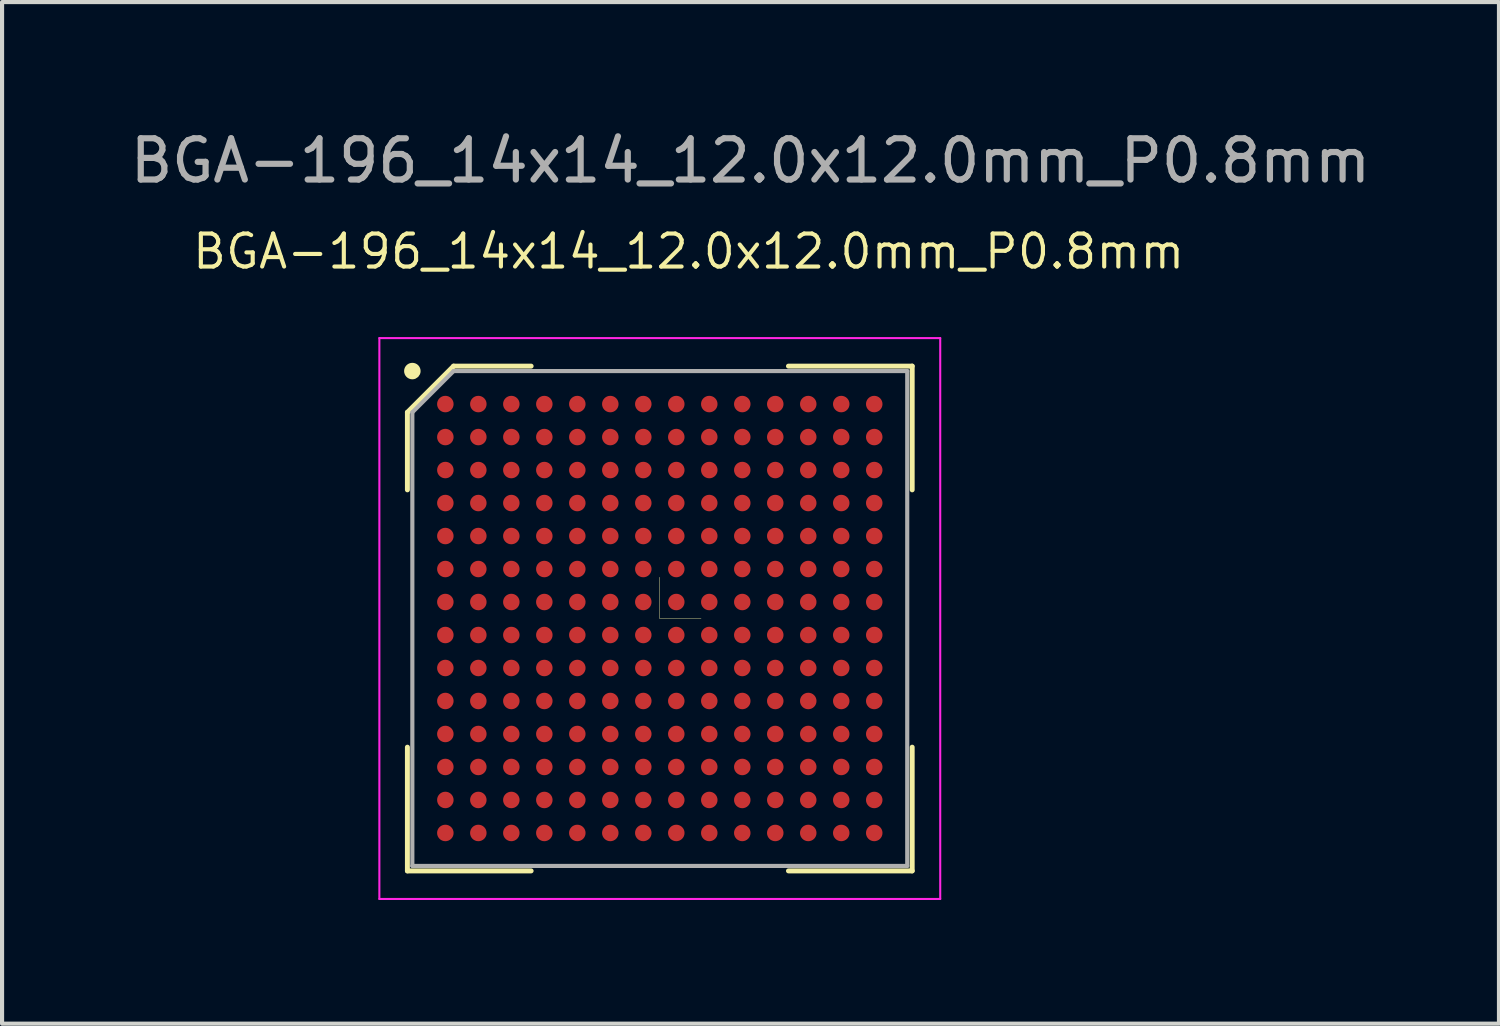
<source format=kicad_pcb>
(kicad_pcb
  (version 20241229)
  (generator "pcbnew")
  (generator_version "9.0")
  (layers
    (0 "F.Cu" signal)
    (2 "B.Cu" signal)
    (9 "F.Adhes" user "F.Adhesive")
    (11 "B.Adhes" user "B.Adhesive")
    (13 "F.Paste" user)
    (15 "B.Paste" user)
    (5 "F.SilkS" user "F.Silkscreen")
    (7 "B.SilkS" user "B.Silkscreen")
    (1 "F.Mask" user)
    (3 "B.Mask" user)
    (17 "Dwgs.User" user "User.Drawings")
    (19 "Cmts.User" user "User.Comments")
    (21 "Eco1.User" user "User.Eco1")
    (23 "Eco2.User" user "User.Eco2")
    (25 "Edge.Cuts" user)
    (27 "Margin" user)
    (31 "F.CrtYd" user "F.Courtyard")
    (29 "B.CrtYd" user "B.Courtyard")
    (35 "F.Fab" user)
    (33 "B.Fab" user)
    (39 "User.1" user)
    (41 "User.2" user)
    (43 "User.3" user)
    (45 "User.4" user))
  (footprint "BGA-196_14x14_12.0x12.0mm_P0.8mm"
    (layer "F.Cu")
    (at 12.949 11.948)
    (property "Reference" "BGA-196_14x14_12.0x12.0mm_P0.8mm" (at 0.7 -8.9 0) (unlocked yes) (layer "F.SilkS") (effects (font (size 0.8 0.8) (thickness 0.1))))
    (attr smd)
    (fp_line (start -6.12 -5) (end -6.12 -3.12) (stroke (width 0.12) (type default)) (layer "F.SilkS"))
    (fp_line (start -6.12 6.12) (end -6.12 3.12) (stroke (width 0.12) (type default)) (layer "F.SilkS"))
    (fp_line (start -5 -6.12) (end -6.12 -5) (stroke (width 0.12) (type default)) (layer "F.SilkS"))
    (fp_line (start -3.12 -6.12) (end -5 -6.12) (stroke (width 0.12) (type default)) (layer "F.SilkS"))
    (fp_line (start -3.12 6.12) (end -6.12 6.12) (stroke (width 0.12) (type default)) (layer "F.SilkS"))
    (fp_line (start 0 0) (end 0 -1) (stroke (width 0.01) (type solid)) (layer "F.SilkS"))
    (fp_line (start 0 0) (end 1 0) (stroke (width 0.01) (type solid)) (layer "F.SilkS"))
    (fp_line (start 3.12 -6.12) (end 6.12 -6.12) (stroke (width 0.12) (type default)) (layer "F.SilkS"))
    (fp_line (start 3.12 6.12) (end 6.12 6.12) (stroke (width 0.12) (type default)) (layer "F.SilkS"))
    (fp_line (start 6.12 -6.12) (end 6.12 -3.12) (stroke (width 0.12) (type default)) (layer "F.SilkS"))
    (fp_line (start 6.12 6.12) (end 6.12 3.12) (stroke (width 0.12) (type default)) (layer "F.SilkS"))
    (fp_circle (center -6 -6) (end -6 -5.9) (stroke (width 0.2) (type default)) (fill no) (layer "F.SilkS"))
    (fp_line (start -6.8 -6.8) (end 6.8 -6.8) (stroke (width 0.05) (type default)) (layer "F.CrtYd"))
    (fp_line (start -6.8 6.8) (end -6.8 -6.8) (stroke (width 0.05) (type default)) (layer "F.CrtYd"))
    (fp_line (start 6.8 -6.8) (end 6.8 6.8) (stroke (width 0.05) (type default)) (layer "F.CrtYd"))
    (fp_line (start 6.8 6.8) (end -6.8 6.8) (stroke (width 0.05) (type default)) (layer "F.CrtYd"))
    (fp_line (start -6 -5) (end -6 6) (stroke (width 0.1) (type default)) (layer "F.Fab"))
    (fp_line (start -6 6) (end 6 6) (stroke (width 0.1) (type default)) (layer "F.Fab"))
    (fp_line (start -5 -6) (end -6 -5) (stroke (width 0.1) (type default)) (layer "F.Fab"))
    (fp_line (start 6 -6) (end -5 -6) (stroke (width 0.1) (type default)) (layer "F.Fab"))
    (fp_line (start 6 6) (end 6 -6) (stroke (width 0.1) (type default)) (layer "F.Fab"))
    (fp_text user "${REFERENCE}" (at 2.2 -11.1 0) (layer "F.Fab") (effects (font (size 1 1) (thickness 0.15))))
    (pad "A1" smd circle (at -5.2 -5.2) (size 0.4 0.4) (layers "F.Cu" "F.Mask" "F.Paste"))
    (pad "A2" smd circle (at -4.4 -5.2) (size 0.4 0.4) (layers "F.Cu" "F.Mask" "F.Paste"))
    (pad "A3" smd circle (at -3.6 -5.2) (size 0.4 0.4) (layers "F.Cu" "F.Mask" "F.Paste"))
    (pad "A4" smd circle (at -2.8 -5.2) (size 0.4 0.4) (layers "F.Cu" "F.Mask" "F.Paste"))
    (pad "A5" smd circle (at -2 -5.2) (size 0.4 0.4) (layers "F.Cu" "F.Mask" "F.Paste"))
    (pad "A6" smd circle (at -1.2 -5.2) (size 0.4 0.4) (layers "F.Cu" "F.Mask" "F.Paste"))
    (pad "A7" smd circle (at -0.4 -5.2) (size 0.4 0.4) (layers "F.Cu" "F.Mask" "F.Paste"))
    (pad "A8" smd circle (at 0.4 -5.2) (size 0.4 0.4) (layers "F.Cu" "F.Mask" "F.Paste"))
    (pad "A9" smd circle (at 1.2 -5.2) (size 0.4 0.4) (layers "F.Cu" "F.Mask" "F.Paste"))
    (pad "A10" smd circle (at 2 -5.2) (size 0.4 0.4) (layers "F.Cu" "F.Mask" "F.Paste"))
    (pad "A11" smd circle (at 2.8 -5.2) (size 0.4 0.4) (layers "F.Cu" "F.Mask" "F.Paste"))
    (pad "A12" smd circle (at 3.6 -5.2) (size 0.4 0.4) (layers "F.Cu" "F.Mask" "F.Paste"))
    (pad "A13" smd circle (at 4.4 -5.2) (size 0.4 0.4) (layers "F.Cu" "F.Mask" "F.Paste"))
    (pad "A14" smd circle (at 5.2 -5.2) (size 0.4 0.4) (layers "F.Cu" "F.Mask" "F.Paste"))
    (pad "B1" smd circle (at -5.2 -4.4) (size 0.4 0.4) (layers "F.Cu" "F.Mask" "F.Paste"))
    (pad "B2" smd circle (at -4.4 -4.4) (size 0.4 0.4) (layers "F.Cu" "F.Mask" "F.Paste"))
    (pad "B3" smd circle (at -3.6 -4.4) (size 0.4 0.4) (layers "F.Cu" "F.Mask" "F.Paste"))
    (pad "B4" smd circle (at -2.8 -4.4) (size 0.4 0.4) (layers "F.Cu" "F.Mask" "F.Paste"))
    (pad "B5" smd circle (at -2 -4.4) (size 0.4 0.4) (layers "F.Cu" "F.Mask" "F.Paste"))
    (pad "B6" smd circle (at -1.2 -4.4) (size 0.4 0.4) (layers "F.Cu" "F.Mask" "F.Paste"))
    (pad "B7" smd circle (at -0.4 -4.4) (size 0.4 0.4) (layers "F.Cu" "F.Mask" "F.Paste"))
    (pad "B8" smd circle (at 0.4 -4.4) (size 0.4 0.4) (layers "F.Cu" "F.Mask" "F.Paste"))
    (pad "B9" smd circle (at 1.2 -4.4) (size 0.4 0.4) (layers "F.Cu" "F.Mask" "F.Paste"))
    (pad "B10" smd circle (at 2 -4.4) (size 0.4 0.4) (layers "F.Cu" "F.Mask" "F.Paste"))
    (pad "B11" smd circle (at 2.8 -4.4) (size 0.4 0.4) (layers "F.Cu" "F.Mask" "F.Paste"))
    (pad "B12" smd circle (at 3.6 -4.4) (size 0.4 0.4) (layers "F.Cu" "F.Mask" "F.Paste"))
    (pad "B13" smd circle (at 4.4 -4.4) (size 0.4 0.4) (layers "F.Cu" "F.Mask" "F.Paste"))
    (pad "B14" smd circle (at 5.2 -4.4) (size 0.4 0.4) (layers "F.Cu" "F.Mask" "F.Paste"))
    (pad "C1" smd circle (at -5.2 -3.6) (size 0.4 0.4) (layers "F.Cu" "F.Mask" "F.Paste"))
    (pad "C2" smd circle (at -4.4 -3.6) (size 0.4 0.4) (layers "F.Cu" "F.Mask" "F.Paste"))
    (pad "C3" smd circle (at -3.6 -3.6) (size 0.4 0.4) (layers "F.Cu" "F.Mask" "F.Paste"))
    (pad "C4" smd circle (at -2.8 -3.6) (size 0.4 0.4) (layers "F.Cu" "F.Mask" "F.Paste"))
    (pad "C5" smd circle (at -2 -3.6) (size 0.4 0.4) (layers "F.Cu" "F.Mask" "F.Paste"))
    (pad "C6" smd circle (at -1.2 -3.6) (size 0.4 0.4) (layers "F.Cu" "F.Mask" "F.Paste"))
    (pad "C7" smd circle (at -0.4 -3.6) (size 0.4 0.4) (layers "F.Cu" "F.Mask" "F.Paste"))
    (pad "C8" smd circle (at 0.4 -3.6) (size 0.4 0.4) (layers "F.Cu" "F.Mask" "F.Paste"))
    (pad "C9" smd circle (at 1.2 -3.6) (size 0.4 0.4) (layers "F.Cu" "F.Mask" "F.Paste"))
    (pad "C10" smd circle (at 2 -3.6) (size 0.4 0.4) (layers "F.Cu" "F.Mask" "F.Paste"))
    (pad "C11" smd circle (at 2.8 -3.6) (size 0.4 0.4) (layers "F.Cu" "F.Mask" "F.Paste"))
    (pad "C12" smd circle (at 3.6 -3.6) (size 0.4 0.4) (layers "F.Cu" "F.Mask" "F.Paste"))
    (pad "C13" smd circle (at 4.4 -3.6) (size 0.4 0.4) (layers "F.Cu" "F.Mask" "F.Paste"))
    (pad "C14" smd circle (at 5.2 -3.6) (size 0.4 0.4) (layers "F.Cu" "F.Mask" "F.Paste"))
    (pad "D1" smd circle (at -5.2 -2.8) (size 0.4 0.4) (layers "F.Cu" "F.Mask" "F.Paste"))
    (pad "D2" smd circle (at -4.4 -2.8) (size 0.4 0.4) (layers "F.Cu" "F.Mask" "F.Paste"))
    (pad "D3" smd circle (at -3.6 -2.8) (size 0.4 0.4) (layers "F.Cu" "F.Mask" "F.Paste"))
    (pad "D4" smd circle (at -2.8 -2.8) (size 0.4 0.4) (layers "F.Cu" "F.Mask" "F.Paste"))
    (pad "D5" smd circle (at -2 -2.8) (size 0.4 0.4) (layers "F.Cu" "F.Mask" "F.Paste"))
    (pad "D6" smd circle (at -1.2 -2.8) (size 0.4 0.4) (layers "F.Cu" "F.Mask" "F.Paste"))
    (pad "D7" smd circle (at -0.4 -2.8) (size 0.4 0.4) (layers "F.Cu" "F.Mask" "F.Paste"))
    (pad "D8" smd circle (at 0.4 -2.8) (size 0.4 0.4) (layers "F.Cu" "F.Mask" "F.Paste"))
    (pad "D9" smd circle (at 1.2 -2.8) (size 0.4 0.4) (layers "F.Cu" "F.Mask" "F.Paste"))
    (pad "D10" smd circle (at 2 -2.8) (size 0.4 0.4) (layers "F.Cu" "F.Mask" "F.Paste"))
    (pad "D11" smd circle (at 2.8 -2.8) (size 0.4 0.4) (layers "F.Cu" "F.Mask" "F.Paste"))
    (pad "D12" smd circle (at 3.6 -2.8) (size 0.4 0.4) (layers "F.Cu" "F.Mask" "F.Paste"))
    (pad "D13" smd circle (at 4.4 -2.8) (size 0.4 0.4) (layers "F.Cu" "F.Mask" "F.Paste"))
    (pad "D14" smd circle (at 5.2 -2.8) (size 0.4 0.4) (layers "F.Cu" "F.Mask" "F.Paste"))
    (pad "E1" smd circle (at -5.2 -2) (size 0.4 0.4) (layers "F.Cu" "F.Mask" "F.Paste"))
    (pad "E2" smd circle (at -4.4 -2) (size 0.4 0.4) (layers "F.Cu" "F.Mask" "F.Paste"))
    (pad "E3" smd circle (at -3.6 -2) (size 0.4 0.4) (layers "F.Cu" "F.Mask" "F.Paste"))
    (pad "E4" smd circle (at -2.8 -2) (size 0.4 0.4) (layers "F.Cu" "F.Mask" "F.Paste"))
    (pad "E5" smd circle (at -2 -2) (size 0.4 0.4) (layers "F.Cu" "F.Mask" "F.Paste"))
    (pad "E6" smd circle (at -1.2 -2) (size 0.4 0.4) (layers "F.Cu" "F.Mask" "F.Paste"))
    (pad "E7" smd circle (at -0.4 -2) (size 0.4 0.4) (layers "F.Cu" "F.Mask" "F.Paste"))
    (pad "E8" smd circle (at 0.4 -2) (size 0.4 0.4) (layers "F.Cu" "F.Mask" "F.Paste"))
    (pad "E9" smd circle (at 1.2 -2) (size 0.4 0.4) (layers "F.Cu" "F.Mask" "F.Paste"))
    (pad "E10" smd circle (at 2 -2) (size 0.4 0.4) (layers "F.Cu" "F.Mask" "F.Paste"))
    (pad "E11" smd circle (at 2.8 -2) (size 0.4 0.4) (layers "F.Cu" "F.Mask" "F.Paste"))
    (pad "E12" smd circle (at 3.6 -2) (size 0.4 0.4) (layers "F.Cu" "F.Mask" "F.Paste"))
    (pad "E13" smd circle (at 4.4 -2) (size 0.4 0.4) (layers "F.Cu" "F.Mask" "F.Paste"))
    (pad "E14" smd circle (at 5.2 -2) (size 0.4 0.4) (layers "F.Cu" "F.Mask" "F.Paste"))
    (pad "F1" smd circle (at -5.2 -1.2) (size 0.4 0.4) (layers "F.Cu" "F.Mask" "F.Paste"))
    (pad "F2" smd circle (at -4.4 -1.2) (size 0.4 0.4) (layers "F.Cu" "F.Mask" "F.Paste"))
    (pad "F3" smd circle (at -3.6 -1.2) (size 0.4 0.4) (layers "F.Cu" "F.Mask" "F.Paste"))
    (pad "F4" smd circle (at -2.8 -1.2) (size 0.4 0.4) (layers "F.Cu" "F.Mask" "F.Paste"))
    (pad "F5" smd circle (at -2 -1.2) (size 0.4 0.4) (layers "F.Cu" "F.Mask" "F.Paste"))
    (pad "F6" smd circle (at -1.2 -1.2) (size 0.4 0.4) (layers "F.Cu" "F.Mask" "F.Paste"))
    (pad "F7" smd circle (at -0.4 -1.2) (size 0.4 0.4) (layers "F.Cu" "F.Mask" "F.Paste"))
    (pad "F8" smd circle (at 0.4 -1.2) (size 0.4 0.4) (layers "F.Cu" "F.Mask" "F.Paste"))
    (pad "F9" smd circle (at 1.2 -1.2) (size 0.4 0.4) (layers "F.Cu" "F.Mask" "F.Paste"))
    (pad "F10" smd circle (at 2 -1.2) (size 0.4 0.4) (layers "F.Cu" "F.Mask" "F.Paste"))
    (pad "F11" smd circle (at 2.8 -1.2) (size 0.4 0.4) (layers "F.Cu" "F.Mask" "F.Paste"))
    (pad "F12" smd circle (at 3.6 -1.2) (size 0.4 0.4) (layers "F.Cu" "F.Mask" "F.Paste"))
    (pad "F13" smd circle (at 4.4 -1.2) (size 0.4 0.4) (layers "F.Cu" "F.Mask" "F.Paste"))
    (pad "F14" smd circle (at 5.2 -1.2) (size 0.4 0.4) (layers "F.Cu" "F.Mask" "F.Paste"))
    (pad "G1" smd circle (at -5.2 -0.4) (size 0.4 0.4) (layers "F.Cu" "F.Mask" "F.Paste"))
    (pad "G2" smd circle (at -4.4 -0.4) (size 0.4 0.4) (layers "F.Cu" "F.Mask" "F.Paste"))
    (pad "G3" smd circle (at -3.6 -0.4) (size 0.4 0.4) (layers "F.Cu" "F.Mask" "F.Paste"))
    (pad "G4" smd circle (at -2.8 -0.4) (size 0.4 0.4) (layers "F.Cu" "F.Mask" "F.Paste"))
    (pad "G5" smd circle (at -2 -0.4) (size 0.4 0.4) (layers "F.Cu" "F.Mask" "F.Paste"))
    (pad "G6" smd circle (at -1.2 -0.4) (size 0.4 0.4) (layers "F.Cu" "F.Mask" "F.Paste"))
    (pad "G7" smd circle (at -0.4 -0.4) (size 0.4 0.4) (layers "F.Cu" "F.Mask" "F.Paste"))
    (pad "G8" smd circle (at 0.4 -0.4) (size 0.4 0.4) (layers "F.Cu" "F.Mask" "F.Paste"))
    (pad "G9" smd circle (at 1.2 -0.4) (size 0.4 0.4) (layers "F.Cu" "F.Mask" "F.Paste"))
    (pad "G10" smd circle (at 2 -0.4) (size 0.4 0.4) (layers "F.Cu" "F.Mask" "F.Paste"))
    (pad "G11" smd circle (at 2.8 -0.4) (size 0.4 0.4) (layers "F.Cu" "F.Mask" "F.Paste"))
    (pad "G12" smd circle (at 3.6 -0.4) (size 0.4 0.4) (layers "F.Cu" "F.Mask" "F.Paste"))
    (pad "G13" smd circle (at 4.4 -0.4) (size 0.4 0.4) (layers "F.Cu" "F.Mask" "F.Paste"))
    (pad "G14" smd circle (at 5.2 -0.4) (size 0.4 0.4) (layers "F.Cu" "F.Mask" "F.Paste"))
    (pad "H1" smd circle (at -5.2 0.4) (size 0.4 0.4) (layers "F.Cu" "F.Mask" "F.Paste"))
    (pad "H2" smd circle (at -4.4 0.4) (size 0.4 0.4) (layers "F.Cu" "F.Mask" "F.Paste"))
    (pad "H3" smd circle (at -3.6 0.4) (size 0.4 0.4) (layers "F.Cu" "F.Mask" "F.Paste"))
    (pad "H4" smd circle (at -2.8 0.4) (size 0.4 0.4) (layers "F.Cu" "F.Mask" "F.Paste"))
    (pad "H5" smd circle (at -2 0.4) (size 0.4 0.4) (layers "F.Cu" "F.Mask" "F.Paste"))
    (pad "H6" smd circle (at -1.2 0.4) (size 0.4 0.4) (layers "F.Cu" "F.Mask" "F.Paste"))
    (pad "H7" smd circle (at -0.4 0.4) (size 0.4 0.4) (layers "F.Cu" "F.Mask" "F.Paste"))
    (pad "H8" smd circle (at 0.4 0.4) (size 0.4 0.4) (layers "F.Cu" "F.Mask" "F.Paste"))
    (pad "H9" smd circle (at 1.2 0.4) (size 0.4 0.4) (layers "F.Cu" "F.Mask" "F.Paste"))
    (pad "H10" smd circle (at 2 0.4) (size 0.4 0.4) (layers "F.Cu" "F.Mask" "F.Paste"))
    (pad "H11" smd circle (at 2.8 0.4) (size 0.4 0.4) (layers "F.Cu" "F.Mask" "F.Paste"))
    (pad "H12" smd circle (at 3.6 0.4) (size 0.4 0.4) (layers "F.Cu" "F.Mask" "F.Paste"))
    (pad "H13" smd circle (at 4.4 0.4) (size 0.4 0.4) (layers "F.Cu" "F.Mask" "F.Paste"))
    (pad "H14" smd circle (at 5.2 0.4) (size 0.4 0.4) (layers "F.Cu" "F.Mask" "F.Paste"))
    (pad "J1" smd circle (at -5.2 1.2) (size 0.4 0.4) (layers "F.Cu" "F.Mask" "F.Paste"))
    (pad "J2" smd circle (at -4.4 1.2) (size 0.4 0.4) (layers "F.Cu" "F.Mask" "F.Paste"))
    (pad "J3" smd circle (at -3.6 1.2) (size 0.4 0.4) (layers "F.Cu" "F.Mask" "F.Paste"))
    (pad "J4" smd circle (at -2.8 1.2) (size 0.4 0.4) (layers "F.Cu" "F.Mask" "F.Paste"))
    (pad "J5" smd circle (at -2 1.2) (size 0.4 0.4) (layers "F.Cu" "F.Mask" "F.Paste"))
    (pad "J6" smd circle (at -1.2 1.2) (size 0.4 0.4) (layers "F.Cu" "F.Mask" "F.Paste"))
    (pad "J7" smd circle (at -0.4 1.2) (size 0.4 0.4) (layers "F.Cu" "F.Mask" "F.Paste"))
    (pad "J8" smd circle (at 0.4 1.2) (size 0.4 0.4) (layers "F.Cu" "F.Mask" "F.Paste"))
    (pad "J9" smd circle (at 1.2 1.2) (size 0.4 0.4) (layers "F.Cu" "F.Mask" "F.Paste"))
    (pad "J10" smd circle (at 2 1.2) (size 0.4 0.4) (layers "F.Cu" "F.Mask" "F.Paste"))
    (pad "J11" smd circle (at 2.8 1.2) (size 0.4 0.4) (layers "F.Cu" "F.Mask" "F.Paste"))
    (pad "J12" smd circle (at 3.6 1.2) (size 0.4 0.4) (layers "F.Cu" "F.Mask" "F.Paste"))
    (pad "J13" smd circle (at 4.4 1.2) (size 0.4 0.4) (layers "F.Cu" "F.Mask" "F.Paste"))
    (pad "J14" smd circle (at 5.2 1.2) (size 0.4 0.4) (layers "F.Cu" "F.Mask" "F.Paste"))
    (pad "K1" smd circle (at -5.2 2) (size 0.4 0.4) (layers "F.Cu" "F.Mask" "F.Paste"))
    (pad "K2" smd circle (at -4.4 2) (size 0.4 0.4) (layers "F.Cu" "F.Mask" "F.Paste"))
    (pad "K3" smd circle (at -3.6 2) (size 0.4 0.4) (layers "F.Cu" "F.Mask" "F.Paste"))
    (pad "K4" smd circle (at -2.8 2) (size 0.4 0.4) (layers "F.Cu" "F.Mask" "F.Paste"))
    (pad "K5" smd circle (at -2 2) (size 0.4 0.4) (layers "F.Cu" "F.Mask" "F.Paste"))
    (pad "K6" smd circle (at -1.2 2) (size 0.4 0.4) (layers "F.Cu" "F.Mask" "F.Paste"))
    (pad "K7" smd circle (at -0.4 2) (size 0.4 0.4) (layers "F.Cu" "F.Mask" "F.Paste"))
    (pad "K8" smd circle (at 0.4 2) (size 0.4 0.4) (layers "F.Cu" "F.Mask" "F.Paste"))
    (pad "K9" smd circle (at 1.2 2) (size 0.4 0.4) (layers "F.Cu" "F.Mask" "F.Paste"))
    (pad "K10" smd circle (at 2 2) (size 0.4 0.4) (layers "F.Cu" "F.Mask" "F.Paste"))
    (pad "K11" smd circle (at 2.8 2) (size 0.4 0.4) (layers "F.Cu" "F.Mask" "F.Paste"))
    (pad "K12" smd circle (at 3.6 2) (size 0.4 0.4) (layers "F.Cu" "F.Mask" "F.Paste"))
    (pad "K13" smd circle (at 4.4 2) (size 0.4 0.4) (layers "F.Cu" "F.Mask" "F.Paste"))
    (pad "K14" smd circle (at 5.2 2) (size 0.4 0.4) (layers "F.Cu" "F.Mask" "F.Paste"))
    (pad "L1" smd circle (at -5.2 2.8) (size 0.4 0.4) (layers "F.Cu" "F.Mask" "F.Paste"))
    (pad "L2" smd circle (at -4.4 2.8) (size 0.4 0.4) (layers "F.Cu" "F.Mask" "F.Paste"))
    (pad "L3" smd circle (at -3.6 2.8) (size 0.4 0.4) (layers "F.Cu" "F.Mask" "F.Paste"))
    (pad "L4" smd circle (at -2.8 2.8) (size 0.4 0.4) (layers "F.Cu" "F.Mask" "F.Paste"))
    (pad "L5" smd circle (at -2 2.8) (size 0.4 0.4) (layers "F.Cu" "F.Mask" "F.Paste"))
    (pad "L6" smd circle (at -1.2 2.8) (size 0.4 0.4) (layers "F.Cu" "F.Mask" "F.Paste"))
    (pad "L7" smd circle (at -0.4 2.8) (size 0.4 0.4) (layers "F.Cu" "F.Mask" "F.Paste"))
    (pad "L8" smd circle (at 0.4 2.8) (size 0.4 0.4) (layers "F.Cu" "F.Mask" "F.Paste"))
    (pad "L9" smd circle (at 1.2 2.8) (size 0.4 0.4) (layers "F.Cu" "F.Mask" "F.Paste"))
    (pad "L10" smd circle (at 2 2.8) (size 0.4 0.4) (layers "F.Cu" "F.Mask" "F.Paste"))
    (pad "L11" smd circle (at 2.8 2.8) (size 0.4 0.4) (layers "F.Cu" "F.Mask" "F.Paste"))
    (pad "L12" smd circle (at 3.6 2.8) (size 0.4 0.4) (layers "F.Cu" "F.Mask" "F.Paste"))
    (pad "L13" smd circle (at 4.4 2.8) (size 0.4 0.4) (layers "F.Cu" "F.Mask" "F.Paste"))
    (pad "L14" smd circle (at 5.2 2.8) (size 0.4 0.4) (layers "F.Cu" "F.Mask" "F.Paste"))
    (pad "M1" smd circle (at -5.2 3.6) (size 0.4 0.4) (layers "F.Cu" "F.Mask" "F.Paste"))
    (pad "M2" smd circle (at -4.4 3.6) (size 0.4 0.4) (layers "F.Cu" "F.Mask" "F.Paste"))
    (pad "M3" smd circle (at -3.6 3.6) (size 0.4 0.4) (layers "F.Cu" "F.Mask" "F.Paste"))
    (pad "M4" smd circle (at -2.8 3.6) (size 0.4 0.4) (layers "F.Cu" "F.Mask" "F.Paste"))
    (pad "M5" smd circle (at -2 3.6) (size 0.4 0.4) (layers "F.Cu" "F.Mask" "F.Paste"))
    (pad "M6" smd circle (at -1.2 3.6) (size 0.4 0.4) (layers "F.Cu" "F.Mask" "F.Paste"))
    (pad "M7" smd circle (at -0.4 3.6) (size 0.4 0.4) (layers "F.Cu" "F.Mask" "F.Paste"))
    (pad "M8" smd circle (at 0.4 3.6) (size 0.4 0.4) (layers "F.Cu" "F.Mask" "F.Paste"))
    (pad "M9" smd circle (at 1.2 3.6) (size 0.4 0.4) (layers "F.Cu" "F.Mask" "F.Paste"))
    (pad "M10" smd circle (at 2 3.6) (size 0.4 0.4) (layers "F.Cu" "F.Mask" "F.Paste"))
    (pad "M11" smd circle (at 2.8 3.6) (size 0.4 0.4) (layers "F.Cu" "F.Mask" "F.Paste"))
    (pad "M12" smd circle (at 3.6 3.6) (size 0.4 0.4) (layers "F.Cu" "F.Mask" "F.Paste"))
    (pad "M13" smd circle (at 4.4 3.6) (size 0.4 0.4) (layers "F.Cu" "F.Mask" "F.Paste"))
    (pad "M14" smd circle (at 5.2 3.6) (size 0.4 0.4) (layers "F.Cu" "F.Mask" "F.Paste"))
    (pad "N1" smd circle (at -5.2 4.4) (size 0.4 0.4) (layers "F.Cu" "F.Mask" "F.Paste"))
    (pad "N2" smd circle (at -4.4 4.4) (size 0.4 0.4) (layers "F.Cu" "F.Mask" "F.Paste"))
    (pad "N3" smd circle (at -3.6 4.4) (size 0.4 0.4) (layers "F.Cu" "F.Mask" "F.Paste"))
    (pad "N4" smd circle (at -2.8 4.4) (size 0.4 0.4) (layers "F.Cu" "F.Mask" "F.Paste"))
    (pad "N5" smd circle (at -2 4.4) (size 0.4 0.4) (layers "F.Cu" "F.Mask" "F.Paste"))
    (pad "N6" smd circle (at -1.2 4.4) (size 0.4 0.4) (layers "F.Cu" "F.Mask" "F.Paste"))
    (pad "N7" smd circle (at -0.4 4.4) (size 0.4 0.4) (layers "F.Cu" "F.Mask" "F.Paste"))
    (pad "N8" smd circle (at 0.4 4.4) (size 0.4 0.4) (layers "F.Cu" "F.Mask" "F.Paste"))
    (pad "N9" smd circle (at 1.2 4.4) (size 0.4 0.4) (layers "F.Cu" "F.Mask" "F.Paste"))
    (pad "N10" smd circle (at 2 4.4) (size 0.4 0.4) (layers "F.Cu" "F.Mask" "F.Paste"))
    (pad "N11" smd circle (at 2.8 4.4) (size 0.4 0.4) (layers "F.Cu" "F.Mask" "F.Paste"))
    (pad "N12" smd circle (at 3.6 4.4) (size 0.4 0.4) (layers "F.Cu" "F.Mask" "F.Paste"))
    (pad "N13" smd circle (at 4.4 4.4) (size 0.4 0.4) (layers "F.Cu" "F.Mask" "F.Paste"))
    (pad "N14" smd circle (at 5.2 4.4) (size 0.4 0.4) (layers "F.Cu" "F.Mask" "F.Paste"))
    (pad "P1" smd circle (at -5.2 5.2) (size 0.4 0.4) (layers "F.Cu" "F.Mask" "F.Paste"))
    (pad "P2" smd circle (at -4.4 5.2) (size 0.4 0.4) (layers "F.Cu" "F.Mask" "F.Paste"))
    (pad "P3" smd circle (at -3.6 5.2) (size 0.4 0.4) (layers "F.Cu" "F.Mask" "F.Paste"))
    (pad "P4" smd circle (at -2.8 5.2) (size 0.4 0.4) (layers "F.Cu" "F.Mask" "F.Paste"))
    (pad "P5" smd circle (at -2 5.2) (size 0.4 0.4) (layers "F.Cu" "F.Mask" "F.Paste"))
    (pad "P6" smd circle (at -1.2 5.2) (size 0.4 0.4) (layers "F.Cu" "F.Mask" "F.Paste"))
    (pad "P7" smd circle (at -0.4 5.2) (size 0.4 0.4) (layers "F.Cu" "F.Mask" "F.Paste"))
    (pad "P8" smd circle (at 0.4 5.2) (size 0.4 0.4) (layers "F.Cu" "F.Mask" "F.Paste"))
    (pad "P9" smd circle (at 1.2 5.2) (size 0.4 0.4) (layers "F.Cu" "F.Mask" "F.Paste"))
    (pad "P10" smd circle (at 2 5.2) (size 0.4 0.4) (layers "F.Cu" "F.Mask" "F.Paste"))
    (pad "P11" smd circle (at 2.8 5.2) (size 0.4 0.4) (layers "F.Cu" "F.Mask" "F.Paste"))
    (pad "P12" smd circle (at 3.6 5.2) (size 0.4 0.4) (layers "F.Cu" "F.Mask" "F.Paste"))
    (pad "P13" smd circle (at 4.4 5.2) (size 0.4 0.4) (layers "F.Cu" "F.Mask" "F.Paste"))
    (pad "P14" smd circle (at 5.2 5.2) (size 0.4 0.4) (layers "F.Cu" "F.Mask" "F.Paste")))
  (gr_rect
    (start -3 -3)
    (end 33.298 21.773)
    (stroke (width 0.1) (type default))
    (fill no)
    (layer "Edge.Cuts")))
</source>
